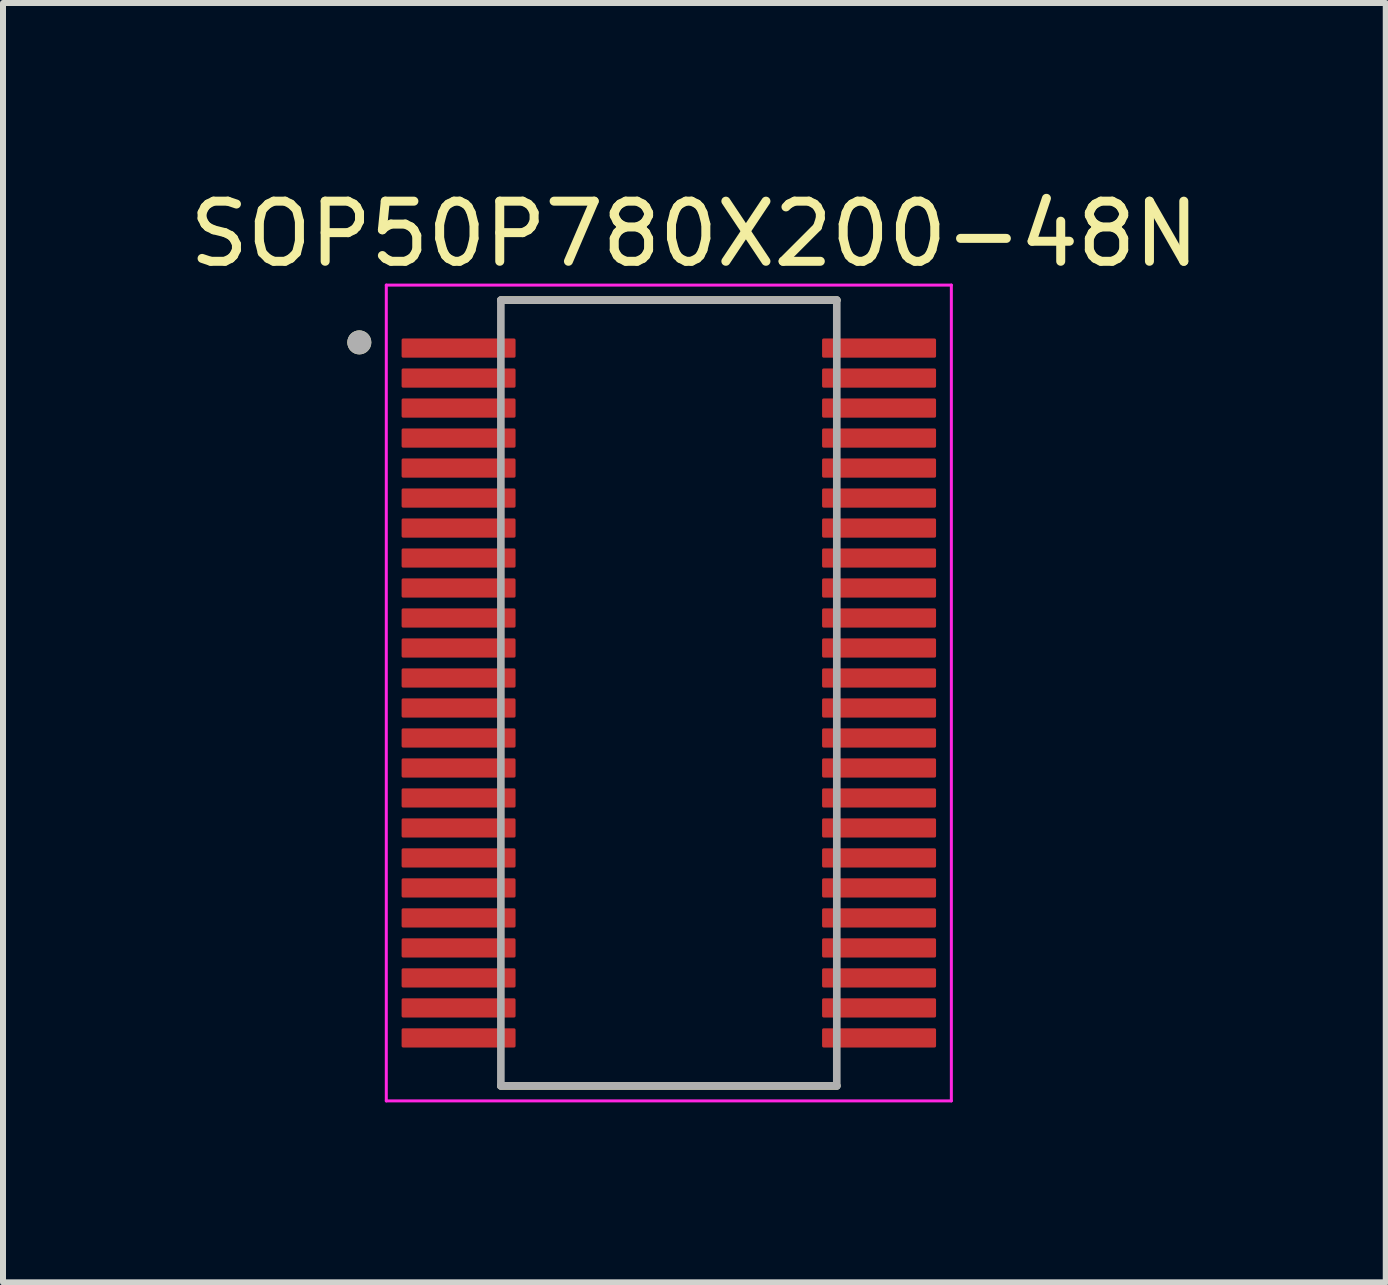
<source format=kicad_pcb>
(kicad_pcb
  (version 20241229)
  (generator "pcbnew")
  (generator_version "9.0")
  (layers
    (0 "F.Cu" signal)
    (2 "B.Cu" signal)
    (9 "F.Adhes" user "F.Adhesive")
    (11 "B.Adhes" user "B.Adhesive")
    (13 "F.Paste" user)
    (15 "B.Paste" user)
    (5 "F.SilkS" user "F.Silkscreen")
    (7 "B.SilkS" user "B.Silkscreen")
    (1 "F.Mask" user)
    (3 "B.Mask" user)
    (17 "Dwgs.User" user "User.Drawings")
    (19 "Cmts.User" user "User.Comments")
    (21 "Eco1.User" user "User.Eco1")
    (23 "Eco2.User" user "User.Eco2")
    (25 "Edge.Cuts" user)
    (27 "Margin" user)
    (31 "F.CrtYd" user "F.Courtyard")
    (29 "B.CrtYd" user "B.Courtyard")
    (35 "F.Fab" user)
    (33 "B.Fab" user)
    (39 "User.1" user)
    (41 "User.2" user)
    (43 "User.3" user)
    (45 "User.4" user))
  (footprint "SOP50P780X200-48N"
    (layer "F.Cu")
    (at 8.1 8.503)
    (property "Reference" "SOP50P780X200-48N" (at 0.426 -7.653 0) (layer "F.SilkS") (effects (font (size 1.002 1.002) (thickness 0.15))))
    (attr through_hole)
    (fp_line (start -2.8 -6.55) (end 2.8 -6.55) (stroke (width 0.127) (type solid)) (layer "F.SilkS"))
    (fp_line (start -2.8 6.55) (end 2.8 6.55) (stroke (width 0.127) (type solid)) (layer "F.SilkS"))
    (fp_circle (center -5.16 -5.845) (end -5.06 -5.845) (stroke (width 0.2) (type solid)) (fill no) (layer "F.SilkS"))
    (fp_line (start -4.71 -6.8) (end 4.71 -6.8) (stroke (width 0.05) (type solid)) (layer "F.CrtYd"))
    (fp_line (start -4.71 6.8) (end -4.71 -6.8) (stroke (width 0.05) (type solid)) (layer "F.CrtYd"))
    (fp_line (start 4.71 -6.8) (end 4.71 6.8) (stroke (width 0.05) (type solid)) (layer "F.CrtYd"))
    (fp_line (start 4.71 6.8) (end -4.71 6.8) (stroke (width 0.05) (type solid)) (layer "F.CrtYd"))
    (fp_line (start -2.8 -6.55) (end 2.8 -6.55) (stroke (width 0.127) (type solid)) (layer "F.Fab"))
    (fp_line (start -2.8 6.55) (end -2.8 -6.55) (stroke (width 0.127) (type solid)) (layer "F.Fab"))
    (fp_line (start 2.8 -6.55) (end 2.8 6.55) (stroke (width 0.127) (type solid)) (layer "F.Fab"))
    (fp_line (start 2.8 6.55) (end -2.8 6.55) (stroke (width 0.127) (type solid)) (layer "F.Fab"))
    (fp_circle (center -5.16 -5.845) (end -5.06 -5.845) (stroke (width 0.2) (type solid)) (fill no) (layer "F.Fab"))
    (pad "1" smd roundrect (at -3.505 -5.75) (size 1.9 0.32) (layers "F.Cu" "F.Mask" "F.Paste") (roundrect_rratio 0.08))
    (pad "2" smd roundrect (at -3.505 -5.25) (size 1.9 0.32) (layers "F.Cu" "F.Mask" "F.Paste") (roundrect_rratio 0.08))
    (pad "3" smd roundrect (at -3.505 -4.75) (size 1.9 0.32) (layers "F.Cu" "F.Mask" "F.Paste") (roundrect_rratio 0.08))
    (pad "4" smd roundrect (at -3.505 -4.25) (size 1.9 0.32) (layers "F.Cu" "F.Mask" "F.Paste") (roundrect_rratio 0.08))
    (pad "5" smd roundrect (at -3.505 -3.75) (size 1.9 0.32) (layers "F.Cu" "F.Mask" "F.Paste") (roundrect_rratio 0.08))
    (pad "6" smd roundrect (at -3.505 -3.25) (size 1.9 0.32) (layers "F.Cu" "F.Mask" "F.Paste") (roundrect_rratio 0.08))
    (pad "7" smd roundrect (at -3.505 -2.75) (size 1.9 0.32) (layers "F.Cu" "F.Mask" "F.Paste") (roundrect_rratio 0.08))
    (pad "8" smd roundrect (at -3.505 -2.25) (size 1.9 0.32) (layers "F.Cu" "F.Mask" "F.Paste") (roundrect_rratio 0.08))
    (pad "9" smd roundrect (at -3.505 -1.75) (size 1.9 0.32) (layers "F.Cu" "F.Mask" "F.Paste") (roundrect_rratio 0.08))
    (pad "10" smd roundrect (at -3.505 -1.25) (size 1.9 0.32) (layers "F.Cu" "F.Mask" "F.Paste") (roundrect_rratio 0.08))
    (pad "11" smd roundrect (at -3.505 -0.75) (size 1.9 0.32) (layers "F.Cu" "F.Mask" "F.Paste") (roundrect_rratio 0.08))
    (pad "12" smd roundrect (at -3.505 -0.25) (size 1.9 0.32) (layers "F.Cu" "F.Mask" "F.Paste") (roundrect_rratio 0.08))
    (pad "13" smd roundrect (at -3.505 0.25) (size 1.9 0.32) (layers "F.Cu" "F.Mask" "F.Paste") (roundrect_rratio 0.08))
    (pad "14" smd roundrect (at -3.505 0.75) (size 1.9 0.32) (layers "F.Cu" "F.Mask" "F.Paste") (roundrect_rratio 0.08))
    (pad "15" smd roundrect (at -3.505 1.25) (size 1.9 0.32) (layers "F.Cu" "F.Mask" "F.Paste") (roundrect_rratio 0.08))
    (pad "16" smd roundrect (at -3.505 1.75) (size 1.9 0.32) (layers "F.Cu" "F.Mask" "F.Paste") (roundrect_rratio 0.08))
    (pad "17" smd roundrect (at -3.505 2.25) (size 1.9 0.32) (layers "F.Cu" "F.Mask" "F.Paste") (roundrect_rratio 0.08))
    (pad "18" smd roundrect (at -3.505 2.75) (size 1.9 0.32) (layers "F.Cu" "F.Mask" "F.Paste") (roundrect_rratio 0.08))
    (pad "19" smd roundrect (at -3.505 3.25) (size 1.9 0.32) (layers "F.Cu" "F.Mask" "F.Paste") (roundrect_rratio 0.08))
    (pad "20" smd roundrect (at -3.505 3.75) (size 1.9 0.32) (layers "F.Cu" "F.Mask" "F.Paste") (roundrect_rratio 0.08))
    (pad "21" smd roundrect (at -3.505 4.25) (size 1.9 0.32) (layers "F.Cu" "F.Mask" "F.Paste") (roundrect_rratio 0.08))
    (pad "22" smd roundrect (at -3.505 4.75) (size 1.9 0.32) (layers "F.Cu" "F.Mask" "F.Paste") (roundrect_rratio 0.08))
    (pad "23" smd roundrect (at -3.505 5.25) (size 1.9 0.32) (layers "F.Cu" "F.Mask" "F.Paste") (roundrect_rratio 0.08))
    (pad "24" smd roundrect (at -3.505 5.75) (size 1.9 0.32) (layers "F.Cu" "F.Mask" "F.Paste") (roundrect_rratio 0.08))
    (pad "25" smd roundrect (at 3.505 5.75) (size 1.9 0.32) (layers "F.Cu" "F.Mask" "F.Paste") (roundrect_rratio 0.08))
    (pad "26" smd roundrect (at 3.505 5.25) (size 1.9 0.32) (layers "F.Cu" "F.Mask" "F.Paste") (roundrect_rratio 0.08))
    (pad "27" smd roundrect (at 3.505 4.75) (size 1.9 0.32) (layers "F.Cu" "F.Mask" "F.Paste") (roundrect_rratio 0.08))
    (pad "28" smd roundrect (at 3.505 4.25) (size 1.9 0.32) (layers "F.Cu" "F.Mask" "F.Paste") (roundrect_rratio 0.08))
    (pad "29" smd roundrect (at 3.505 3.75) (size 1.9 0.32) (layers "F.Cu" "F.Mask" "F.Paste") (roundrect_rratio 0.08))
    (pad "30" smd roundrect (at 3.505 3.25) (size 1.9 0.32) (layers "F.Cu" "F.Mask" "F.Paste") (roundrect_rratio 0.08))
    (pad "31" smd roundrect (at 3.505 2.75) (size 1.9 0.32) (layers "F.Cu" "F.Mask" "F.Paste") (roundrect_rratio 0.08))
    (pad "32" smd roundrect (at 3.505 2.25) (size 1.9 0.32) (layers "F.Cu" "F.Mask" "F.Paste") (roundrect_rratio 0.08))
    (pad "33" smd roundrect (at 3.505 1.75) (size 1.9 0.32) (layers "F.Cu" "F.Mask" "F.Paste") (roundrect_rratio 0.08))
    (pad "34" smd roundrect (at 3.505 1.25) (size 1.9 0.32) (layers "F.Cu" "F.Mask" "F.Paste") (roundrect_rratio 0.08))
    (pad "35" smd roundrect (at 3.505 0.75) (size 1.9 0.32) (layers "F.Cu" "F.Mask" "F.Paste") (roundrect_rratio 0.08))
    (pad "36" smd roundrect (at 3.505 0.25) (size 1.9 0.32) (layers "F.Cu" "F.Mask" "F.Paste") (roundrect_rratio 0.08))
    (pad "37" smd roundrect (at 3.505 -0.25) (size 1.9 0.32) (layers "F.Cu" "F.Mask" "F.Paste") (roundrect_rratio 0.08))
    (pad "38" smd roundrect (at 3.505 -0.75) (size 1.9 0.32) (layers "F.Cu" "F.Mask" "F.Paste") (roundrect_rratio 0.08))
    (pad "39" smd roundrect (at 3.505 -1.25) (size 1.9 0.32) (layers "F.Cu" "F.Mask" "F.Paste") (roundrect_rratio 0.08))
    (pad "40" smd roundrect (at 3.505 -1.75) (size 1.9 0.32) (layers "F.Cu" "F.Mask" "F.Paste") (roundrect_rratio 0.08))
    (pad "41" smd roundrect (at 3.505 -2.25) (size 1.9 0.32) (layers "F.Cu" "F.Mask" "F.Paste") (roundrect_rratio 0.08))
    (pad "42" smd roundrect (at 3.505 -2.75) (size 1.9 0.32) (layers "F.Cu" "F.Mask" "F.Paste") (roundrect_rratio 0.08))
    (pad "43" smd roundrect (at 3.505 -3.25) (size 1.9 0.32) (layers "F.Cu" "F.Mask" "F.Paste") (roundrect_rratio 0.08))
    (pad "44" smd roundrect (at 3.505 -3.75) (size 1.9 0.32) (layers "F.Cu" "F.Mask" "F.Paste") (roundrect_rratio 0.08))
    (pad "45" smd roundrect (at 3.505 -4.25) (size 1.9 0.32) (layers "F.Cu" "F.Mask" "F.Paste") (roundrect_rratio 0.08))
    (pad "46" smd roundrect (at 3.505 -4.75) (size 1.9 0.32) (layers "F.Cu" "F.Mask" "F.Paste") (roundrect_rratio 0.08))
    (pad "47" smd roundrect (at 3.505 -5.25) (size 1.9 0.32) (layers "F.Cu" "F.Mask" "F.Paste") (roundrect_rratio 0.08))
    (pad "48" smd roundrect (at 3.505 -5.75) (size 1.9 0.32) (layers "F.Cu" "F.Mask" "F.Paste") (roundrect_rratio 0.08)))
  (gr_rect
    (start -3 -3)
    (end 20.052 18.328)
    (stroke (width 0.1) (type default))
    (fill no)
    (layer "Edge.Cuts")))
</source>
